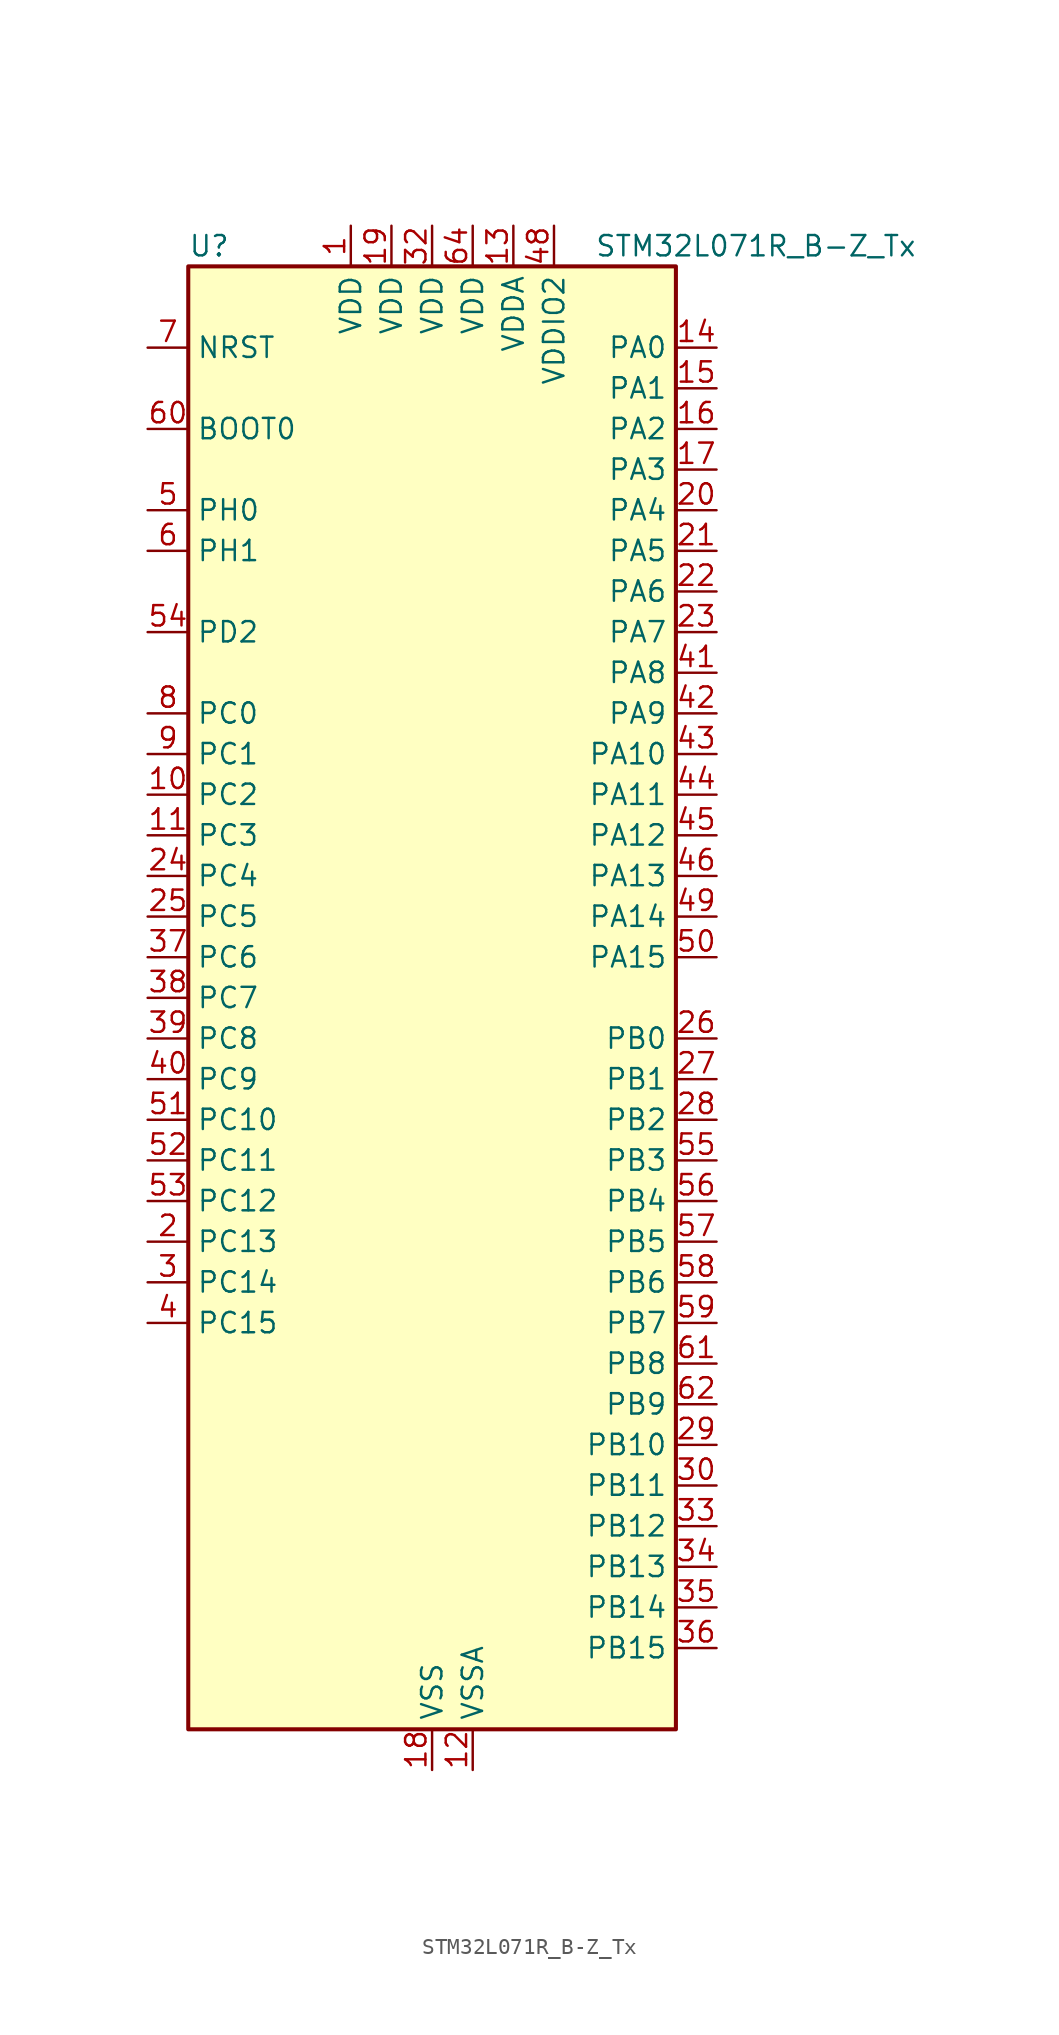
<source format=kicad_sym>
(kicad_symbol_lib
  (version 20241209)
  (generator "kicad_symbol_editor")
  (generator_version "9.0")
  (symbol "STM32L071R_B-Z_Tx"
    (property "Reference" "U"
      (at -15.24 46.99 0)
      (effects (font (size 1.27 1.27)) (justify left)))
    (property "Value" "STM32L071R_B-Z_Tx"
      (at 10.16 46.99 0)
      (effects (font (size 1.27 1.27)) (justify left)))
    (symbol "STM32L071R_B-Z_Tx_0_1"
      (rectangle (start -15.24 -45.72) (end 15.24 45.72) (stroke (width 0.254) (type default)) (fill (type background))))
    (symbol "STM32L071R_B-Z_Tx_1_1"
      (pin input line (at -17.78 40.64 0) (length 2.54) (name "NRST" (effects (font (size 1.27 1.27)))) (number "7" (effects (font (size 1.27 1.27)))))
      (pin input line (at -17.78 35.56 0) (length 2.54) (name "BOOT0" (effects (font (size 1.27 1.27)))) (number "60" (effects (font (size 1.27 1.27)))))
      (pin bidirectional line (at -17.78 30.48 0) (length 2.54) (name "PH0" (effects (font (size 1.27 1.27)))) (number "5" (effects (font (size 1.27 1.27)))) (alternate "RCC_OSC_IN" bidirectional line))
      (pin bidirectional line (at -17.78 27.94 0) (length 2.54) (name "PH1" (effects (font (size 1.27 1.27)))) (number "6" (effects (font (size 1.27 1.27)))) (alternate "RCC_OSC_OUT" bidirectional line))
      (pin bidirectional line (at -17.78 22.86 0) (length 2.54) (name "PD2" (effects (font (size 1.27 1.27)))) (number "54" (effects (font (size 1.27 1.27)))) (alternate "LPUART1_DE" bidirectional line) (alternate "LPUART1_RTS" bidirectional line) (alternate "TIM3_ETR" bidirectional line) (alternate "USART5_RX" bidirectional line))
      (pin bidirectional line (at -17.78 17.78 0) (length 2.54) (name "PC0" (effects (font (size 1.27 1.27)))) (number "8" (effects (font (size 1.27 1.27)))) (alternate "ADC_IN10" bidirectional line) (alternate "I2C3_SCL" bidirectional line) (alternate "LPTIM1_IN1" bidirectional line) (alternate "LPUART1_RX" bidirectional line))
      (pin bidirectional line (at -17.78 15.24 0) (length 2.54) (name "PC1" (effects (font (size 1.27 1.27)))) (number "9" (effects (font (size 1.27 1.27)))) (alternate "ADC_IN11" bidirectional line) (alternate "I2C3_SDA" bidirectional line) (alternate "LPTIM1_OUT" bidirectional line) (alternate "LPUART1_TX" bidirectional line))
      (pin bidirectional line (at -17.78 12.7 0) (length 2.54) (name "PC2" (effects (font (size 1.27 1.27)))) (number "10" (effects (font (size 1.27 1.27)))) (alternate "ADC_IN12" bidirectional line) (alternate "I2S2_MCK" bidirectional line) (alternate "LPTIM1_IN2" bidirectional line) (alternate "SPI2_MISO" bidirectional line))
      (pin bidirectional line (at -17.78 10.16 0) (length 2.54) (name "PC3" (effects (font (size 1.27 1.27)))) (number "11" (effects (font (size 1.27 1.27)))) (alternate "ADC_IN13" bidirectional line) (alternate "I2S2_SD" bidirectional line) (alternate "LPTIM1_ETR" bidirectional line) (alternate "SPI2_MOSI" bidirectional line))
      (pin bidirectional line (at -17.78 7.62 0) (length 2.54) (name "PC4" (effects (font (size 1.27 1.27)))) (number "24" (effects (font (size 1.27 1.27)))) (alternate "ADC_IN14" bidirectional line) (alternate "LPUART1_TX" bidirectional line))
      (pin bidirectional line (at -17.78 5.08 0) (length 2.54) (name "PC5" (effects (font (size 1.27 1.27)))) (number "25" (effects (font (size 1.27 1.27)))) (alternate "ADC_IN15" bidirectional line) (alternate "LPUART1_RX" bidirectional line))
      (pin bidirectional line (at -17.78 2.54 0) (length 2.54) (name "PC6" (effects (font (size 1.27 1.27)))) (number "37" (effects (font (size 1.27 1.27)))) (alternate "TIM22_CH1" bidirectional line) (alternate "TIM3_CH1" bidirectional line))
      (pin bidirectional line (at -17.78 0 0) (length 2.54) (name "PC7" (effects (font (size 1.27 1.27)))) (number "38" (effects (font (size 1.27 1.27)))) (alternate "TIM22_CH2" bidirectional line) (alternate "TIM3_CH2" bidirectional line))
      (pin bidirectional line (at -17.78 -2.54 0) (length 2.54) (name "PC8" (effects (font (size 1.27 1.27)))) (number "39" (effects (font (size 1.27 1.27)))) (alternate "TIM22_ETR" bidirectional line) (alternate "TIM3_CH3" bidirectional line))
      (pin bidirectional line (at -17.78 -5.08 0) (length 2.54) (name "PC9" (effects (font (size 1.27 1.27)))) (number "40" (effects (font (size 1.27 1.27)))) (alternate "I2C3_SDA" bidirectional line) (alternate "TIM21_ETR" bidirectional line) (alternate "TIM3_CH4" bidirectional line))
      (pin bidirectional line (at -17.78 -7.62 0) (length 2.54) (name "PC10" (effects (font (size 1.27 1.27)))) (number "51" (effects (font (size 1.27 1.27)))) (alternate "LPUART1_TX" bidirectional line) (alternate "USART4_TX" bidirectional line))
      (pin bidirectional line (at -17.78 -10.16 0) (length 2.54) (name "PC11" (effects (font (size 1.27 1.27)))) (number "52" (effects (font (size 1.27 1.27)))) (alternate "ADC_EXTI11" bidirectional line) (alternate "LPUART1_RX" bidirectional line) (alternate "USART4_RX" bidirectional line))
      (pin bidirectional line (at -17.78 -12.7 0) (length 2.54) (name "PC12" (effects (font (size 1.27 1.27)))) (number "53" (effects (font (size 1.27 1.27)))) (alternate "USART4_CK" bidirectional line) (alternate "USART5_TX" bidirectional line))
      (pin bidirectional line (at -17.78 -15.24 0) (length 2.54) (name "PC13" (effects (font (size 1.27 1.27)))) (number "2" (effects (font (size 1.27 1.27)))) (alternate "RTC_OUT_ALARM" bidirectional line) (alternate "RTC_OUT_CALIB" bidirectional line) (alternate "RTC_TAMP1" bidirectional line) (alternate "RTC_TS" bidirectional line) (alternate "SYS_WKUP2" bidirectional line))
      (pin bidirectional line (at -17.78 -17.78 0) (length 2.54) (name "PC14" (effects (font (size 1.27 1.27)))) (number "3" (effects (font (size 1.27 1.27)))) (alternate "RCC_OSC32_IN" bidirectional line))
      (pin bidirectional line (at -17.78 -20.32 0) (length 2.54) (name "PC15" (effects (font (size 1.27 1.27)))) (number "4" (effects (font (size 1.27 1.27)))) (alternate "RCC_OSC32_OUT" bidirectional line))
      (pin power_in line (at -5.08 48.26 270) (length 2.54) (name "VDD" (effects (font (size 1.27 1.27)))) (number "1" (effects (font (size 1.27 1.27)))))
      (pin power_in line (at -2.54 48.26 270) (length 2.54) (name "VDD" (effects (font (size 1.27 1.27)))) (number "19" (effects (font (size 1.27 1.27)))))
      (pin power_in line (at 0 48.26 270) (length 2.54) (name "VDD" (effects (font (size 1.27 1.27)))) (number "32" (effects (font (size 1.27 1.27)))))
      (pin power_in line (at 0 -48.26 90) (length 2.54) (name "VSS" (effects (font (size 1.27 1.27)))) (number "18" (effects (font (size 1.27 1.27)))))
      (pin passive line (at 0 -48.26 90) (length 2.54) (hide yes) (name "VSS" (effects (font (size 1.27 1.27)))) (number "31" (effects (font (size 1.27 1.27)))))
      (pin passive line (at 0 -48.26 90) (length 2.54) (hide yes) (name "VSS" (effects (font (size 1.27 1.27)))) (number "47" (effects (font (size 1.27 1.27)))))
      (pin passive line (at 0 -48.26 90) (length 2.54) (hide yes) (name "VSS" (effects (font (size 1.27 1.27)))) (number "63" (effects (font (size 1.27 1.27)))))
      (pin power_in line (at 2.54 48.26 270) (length 2.54) (name "VDD" (effects (font (size 1.27 1.27)))) (number "64" (effects (font (size 1.27 1.27)))))
      (pin power_in line (at 2.54 -48.26 90) (length 2.54) (name "VSSA" (effects (font (size 1.27 1.27)))) (number "12" (effects (font (size 1.27 1.27)))))
      (pin power_in line (at 5.08 48.26 270) (length 2.54) (name "VDDA" (effects (font (size 1.27 1.27)))) (number "13" (effects (font (size 1.27 1.27)))))
      (pin power_in line (at 7.62 48.26 270) (length 2.54) (name "VDDIO2" (effects (font (size 1.27 1.27)))) (number "48" (effects (font (size 1.27 1.27)))))
      (pin bidirectional line (at 17.78 40.64 180) (length 2.54) (name "PA0" (effects (font (size 1.27 1.27)))) (number "14" (effects (font (size 1.27 1.27)))) (alternate "ADC_IN0" bidirectional line) (alternate "COMP1_INM" bidirectional line) (alternate "COMP1_OUT" bidirectional line) (alternate "RTC_TAMP2" bidirectional line) (alternate "SYS_WKUP1" bidirectional line) (alternate "TIM2_CH1" bidirectional line) (alternate "TIM2_ETR" bidirectional line) (alternate "USART2_CTS" bidirectional line) (alternate "USART4_TX" bidirectional line))
      (pin bidirectional line (at 17.78 38.1 180) (length 2.54) (name "PA1" (effects (font (size 1.27 1.27)))) (number "15" (effects (font (size 1.27 1.27)))) (alternate "ADC_IN1" bidirectional line) (alternate "COMP1_INP" bidirectional line) (alternate "TIM21_ETR" bidirectional line) (alternate "TIM2_CH2" bidirectional line) (alternate "USART2_DE" bidirectional line) (alternate "USART2_RTS" bidirectional line) (alternate "USART4_RX" bidirectional line))
      (pin bidirectional line (at 17.78 35.56 180) (length 2.54) (name "PA2" (effects (font (size 1.27 1.27)))) (number "16" (effects (font (size 1.27 1.27)))) (alternate "ADC_IN2" bidirectional line) (alternate "COMP2_INM" bidirectional line) (alternate "COMP2_OUT" bidirectional line) (alternate "LPUART1_TX" bidirectional line) (alternate "TIM21_CH1" bidirectional line) (alternate "TIM2_CH3" bidirectional line) (alternate "USART2_TX" bidirectional line))
      (pin bidirectional line (at 17.78 33.02 180) (length 2.54) (name "PA3" (effects (font (size 1.27 1.27)))) (number "17" (effects (font (size 1.27 1.27)))) (alternate "ADC_IN3" bidirectional line) (alternate "COMP2_INP" bidirectional line) (alternate "LPUART1_RX" bidirectional line) (alternate "TIM21_CH2" bidirectional line) (alternate "TIM2_CH4" bidirectional line) (alternate "USART2_RX" bidirectional line))
      (pin bidirectional line (at 17.78 30.48 180) (length 2.54) (name "PA4" (effects (font (size 1.27 1.27)))) (number "20" (effects (font (size 1.27 1.27)))) (alternate "ADC_IN4" bidirectional line) (alternate "COMP1_INM" bidirectional line) (alternate "COMP2_INM" bidirectional line) (alternate "SPI1_NSS" bidirectional line) (alternate "TIM22_ETR" bidirectional line) (alternate "USART2_CK" bidirectional line))
      (pin bidirectional line (at 17.78 27.94 180) (length 2.54) (name "PA5" (effects (font (size 1.27 1.27)))) (number "21" (effects (font (size 1.27 1.27)))) (alternate "ADC_IN5" bidirectional line) (alternate "COMP1_INM" bidirectional line) (alternate "COMP2_INM" bidirectional line) (alternate "SPI1_SCK" bidirectional line) (alternate "TIM2_CH1" bidirectional line) (alternate "TIM2_ETR" bidirectional line))
      (pin bidirectional line (at 17.78 25.4 180) (length 2.54) (name "PA6" (effects (font (size 1.27 1.27)))) (number "22" (effects (font (size 1.27 1.27)))) (alternate "ADC_IN6" bidirectional line) (alternate "COMP1_OUT" bidirectional line) (alternate "LPUART1_CTS" bidirectional line) (alternate "SPI1_MISO" bidirectional line) (alternate "TIM22_CH1" bidirectional line) (alternate "TIM3_CH1" bidirectional line))
      (pin bidirectional line (at 17.78 22.86 180) (length 2.54) (name "PA7" (effects (font (size 1.27 1.27)))) (number "23" (effects (font (size 1.27 1.27)))) (alternate "ADC_IN7" bidirectional line) (alternate "COMP2_OUT" bidirectional line) (alternate "SPI1_MOSI" bidirectional line) (alternate "TIM22_CH2" bidirectional line) (alternate "TIM3_CH2" bidirectional line))
      (pin bidirectional line (at 17.78 20.32 180) (length 2.54) (name "PA8" (effects (font (size 1.27 1.27)))) (number "41" (effects (font (size 1.27 1.27)))) (alternate "I2C3_SCL" bidirectional line) (alternate "RCC_MCO" bidirectional line) (alternate "USART1_CK" bidirectional line))
      (pin bidirectional line (at 17.78 17.78 180) (length 2.54) (name "PA9" (effects (font (size 1.27 1.27)))) (number "42" (effects (font (size 1.27 1.27)))) (alternate "I2C1_SCL" bidirectional line) (alternate "I2C3_SMBA" bidirectional line) (alternate "RCC_MCO" bidirectional line) (alternate "USART1_TX" bidirectional line))
      (pin bidirectional line (at 17.78 15.24 180) (length 2.54) (name "PA10" (effects (font (size 1.27 1.27)))) (number "43" (effects (font (size 1.27 1.27)))) (alternate "I2C1_SDA" bidirectional line) (alternate "USART1_RX" bidirectional line))
      (pin bidirectional line (at 17.78 12.7 180) (length 2.54) (name "PA11" (effects (font (size 1.27 1.27)))) (number "44" (effects (font (size 1.27 1.27)))) (alternate "ADC_EXTI11" bidirectional line) (alternate "COMP1_OUT" bidirectional line) (alternate "SPI1_MISO" bidirectional line) (alternate "USART1_CTS" bidirectional line))
      (pin bidirectional line (at 17.78 10.16 180) (length 2.54) (name "PA12" (effects (font (size 1.27 1.27)))) (number "45" (effects (font (size 1.27 1.27)))) (alternate "COMP2_OUT" bidirectional line) (alternate "SPI1_MOSI" bidirectional line) (alternate "USART1_DE" bidirectional line) (alternate "USART1_RTS" bidirectional line))
      (pin bidirectional line (at 17.78 7.62 180) (length 2.54) (name "PA13" (effects (font (size 1.27 1.27)))) (number "46" (effects (font (size 1.27 1.27)))) (alternate "LPUART1_RX" bidirectional line) (alternate "SYS_SWDIO" bidirectional line))
      (pin bidirectional line (at 17.78 5.08 180) (length 2.54) (name "PA14" (effects (font (size 1.27 1.27)))) (number "49" (effects (font (size 1.27 1.27)))) (alternate "LPUART1_TX" bidirectional line) (alternate "SYS_SWCLK" bidirectional line) (alternate "USART2_TX" bidirectional line))
      (pin bidirectional line (at 17.78 2.54 180) (length 2.54) (name "PA15" (effects (font (size 1.27 1.27)))) (number "50" (effects (font (size 1.27 1.27)))) (alternate "SPI1_NSS" bidirectional line) (alternate "TIM2_CH1" bidirectional line) (alternate "TIM2_ETR" bidirectional line) (alternate "USART2_RX" bidirectional line) (alternate "USART4_DE" bidirectional line) (alternate "USART4_RTS" bidirectional line))
      (pin bidirectional line (at 17.78 -2.54 180) (length 2.54) (name "PB0" (effects (font (size 1.27 1.27)))) (number "26" (effects (font (size 1.27 1.27)))) (alternate "ADC_IN8" bidirectional line) (alternate "SYS_VREF_OUT_PB0" bidirectional line) (alternate "TIM3_CH3" bidirectional line))
      (pin bidirectional line (at 17.78 -5.08 180) (length 2.54) (name "PB1" (effects (font (size 1.27 1.27)))) (number "27" (effects (font (size 1.27 1.27)))) (alternate "ADC_IN9" bidirectional line) (alternate "LPUART1_DE" bidirectional line) (alternate "LPUART1_RTS" bidirectional line) (alternate "SYS_VREF_OUT_PB1" bidirectional line) (alternate "TIM3_CH4" bidirectional line))
      (pin bidirectional line (at 17.78 -7.62 180) (length 2.54) (name "PB2" (effects (font (size 1.27 1.27)))) (number "28" (effects (font (size 1.27 1.27)))) (alternate "I2C3_SMBA" bidirectional line) (alternate "LPTIM1_OUT" bidirectional line))
      (pin bidirectional line (at 17.78 -10.16 180) (length 2.54) (name "PB3" (effects (font (size 1.27 1.27)))) (number "55" (effects (font (size 1.27 1.27)))) (alternate "COMP2_INM" bidirectional line) (alternate "SPI1_SCK" bidirectional line) (alternate "TIM2_CH2" bidirectional line) (alternate "USART1_DE" bidirectional line) (alternate "USART1_RTS" bidirectional line) (alternate "USART5_TX" bidirectional line))
      (pin bidirectional line (at 17.78 -12.7 180) (length 2.54) (name "PB4" (effects (font (size 1.27 1.27)))) (number "56" (effects (font (size 1.27 1.27)))) (alternate "COMP2_INP" bidirectional line) (alternate "I2C3_SDA" bidirectional line) (alternate "SPI1_MISO" bidirectional line) (alternate "TIM22_CH1" bidirectional line) (alternate "TIM3_CH1" bidirectional line) (alternate "USART1_CTS" bidirectional line) (alternate "USART5_RX" bidirectional line))
      (pin bidirectional line (at 17.78 -15.24 180) (length 2.54) (name "PB5" (effects (font (size 1.27 1.27)))) (number "57" (effects (font (size 1.27 1.27)))) (alternate "COMP2_INP" bidirectional line) (alternate "I2C1_SMBA" bidirectional line) (alternate "LPTIM1_IN1" bidirectional line) (alternate "SPI1_MOSI" bidirectional line) (alternate "TIM22_CH2" bidirectional line) (alternate "TIM3_CH2" bidirectional line) (alternate "USART1_CK" bidirectional line) (alternate "USART5_CK" bidirectional line) (alternate "USART5_DE" bidirectional line) (alternate "USART5_RTS" bidirectional line))
      (pin bidirectional line (at 17.78 -17.78 180) (length 2.54) (name "PB6" (effects (font (size 1.27 1.27)))) (number "58" (effects (font (size 1.27 1.27)))) (alternate "COMP2_INP" bidirectional line) (alternate "I2C1_SCL" bidirectional line) (alternate "LPTIM1_ETR" bidirectional line) (alternate "USART1_TX" bidirectional line))
      (pin bidirectional line (at 17.78 -20.32 180) (length 2.54) (name "PB7" (effects (font (size 1.27 1.27)))) (number "59" (effects (font (size 1.27 1.27)))) (alternate "COMP2_INP" bidirectional line) (alternate "I2C1_SDA" bidirectional line) (alternate "LPTIM1_IN2" bidirectional line) (alternate "SYS_PVD_IN" bidirectional line) (alternate "USART1_RX" bidirectional line) (alternate "USART4_CTS" bidirectional line))
      (pin bidirectional line (at 17.78 -22.86 180) (length 2.54) (name "PB8" (effects (font (size 1.27 1.27)))) (number "61" (effects (font (size 1.27 1.27)))) (alternate "I2C1_SCL" bidirectional line))
      (pin bidirectional line (at 17.78 -25.4 180) (length 2.54) (name "PB9" (effects (font (size 1.27 1.27)))) (number "62" (effects (font (size 1.27 1.27)))) (alternate "I2C1_SDA" bidirectional line) (alternate "I2S2_WS" bidirectional line) (alternate "SPI2_NSS" bidirectional line))
      (pin bidirectional line (at 17.78 -27.94 180) (length 2.54) (name "PB10" (effects (font (size 1.27 1.27)))) (number "29" (effects (font (size 1.27 1.27)))) (alternate "I2C2_SCL" bidirectional line) (alternate "LPUART1_RX" bidirectional line) (alternate "LPUART1_TX" bidirectional line) (alternate "SPI2_SCK" bidirectional line) (alternate "TIM2_CH3" bidirectional line))
      (pin bidirectional line (at 17.78 -30.48 180) (length 2.54) (name "PB11" (effects (font (size 1.27 1.27)))) (number "30" (effects (font (size 1.27 1.27)))) (alternate "ADC_EXTI11" bidirectional line) (alternate "I2C2_SDA" bidirectional line) (alternate "LPUART1_RX" bidirectional line) (alternate "LPUART1_TX" bidirectional line) (alternate "TIM2_CH4" bidirectional line))
      (pin bidirectional line (at 17.78 -33.02 180) (length 2.54) (name "PB12" (effects (font (size 1.27 1.27)))) (number "33" (effects (font (size 1.27 1.27)))) (alternate "I2S2_WS" bidirectional line) (alternate "LPUART1_DE" bidirectional line) (alternate "LPUART1_RTS" bidirectional line) (alternate "SPI2_NSS" bidirectional line))
      (pin bidirectional line (at 17.78 -35.56 180) (length 2.54) (name "PB13" (effects (font (size 1.27 1.27)))) (number "34" (effects (font (size 1.27 1.27)))) (alternate "I2C2_SCL" bidirectional line) (alternate "I2S2_CK" bidirectional line) (alternate "LPUART1_CTS" bidirectional line) (alternate "RCC_MCO" bidirectional line) (alternate "SPI2_SCK" bidirectional line) (alternate "TIM21_CH1" bidirectional line))
      (pin bidirectional line (at 17.78 -38.1 180) (length 2.54) (name "PB14" (effects (font (size 1.27 1.27)))) (number "35" (effects (font (size 1.27 1.27)))) (alternate "I2C2_SDA" bidirectional line) (alternate "I2S2_MCK" bidirectional line) (alternate "LPUART1_DE" bidirectional line) (alternate "LPUART1_RTS" bidirectional line) (alternate "RTC_OUT_ALARM" bidirectional line) (alternate "RTC_OUT_CALIB" bidirectional line) (alternate "SPI2_MISO" bidirectional line) (alternate "TIM21_CH2" bidirectional line))
      (pin bidirectional line (at 17.78 -40.64 180) (length 2.54) (name "PB15" (effects (font (size 1.27 1.27)))) (number "36" (effects (font (size 1.27 1.27)))) (alternate "I2S2_SD" bidirectional line) (alternate "RTC_REFIN" bidirectional line) (alternate "SPI2_MOSI" bidirectional line)))))
</source>
